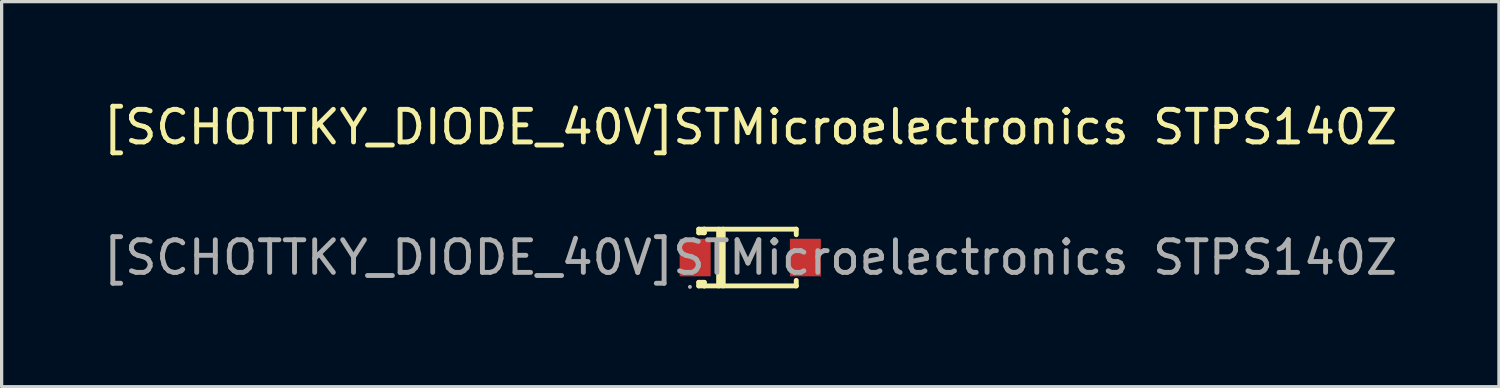
<source format=kicad_pcb>
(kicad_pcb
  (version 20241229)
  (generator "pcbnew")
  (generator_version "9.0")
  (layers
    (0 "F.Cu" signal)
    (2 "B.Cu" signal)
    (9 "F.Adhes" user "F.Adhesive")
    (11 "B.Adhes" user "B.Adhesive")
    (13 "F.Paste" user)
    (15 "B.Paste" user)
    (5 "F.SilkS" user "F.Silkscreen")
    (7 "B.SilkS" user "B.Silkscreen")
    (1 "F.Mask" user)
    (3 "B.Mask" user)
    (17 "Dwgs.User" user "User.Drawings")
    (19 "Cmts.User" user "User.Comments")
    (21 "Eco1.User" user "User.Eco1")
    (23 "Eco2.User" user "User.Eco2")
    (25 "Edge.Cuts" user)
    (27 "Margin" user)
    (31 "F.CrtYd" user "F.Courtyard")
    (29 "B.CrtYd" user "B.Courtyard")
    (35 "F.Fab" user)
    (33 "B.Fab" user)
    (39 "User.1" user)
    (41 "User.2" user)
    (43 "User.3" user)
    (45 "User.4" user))
  (footprint "[SCHOTTKY_DIODE_40V]STMicroelectronics STPS140Z"
    (layer "F.Cu")
    (at 19.958 4.848)
    (property "Reference" "[SCHOTTKY_DIODE_40V]STMicroelectronics STPS140Z" (at 0 -4 0) (layer "F.SilkS") (effects (font (size 1 1) (thickness 0.15))))
    (attr smd)
    (fp_line (start -1.58 -0.87) (end -1.41 -0.87) (stroke (width 0.15) (type solid)) (layer "F.SilkS"))
    (fp_line (start -1.58 -0.76) (end -1.58 -0.87) (stroke (width 0.15) (type solid)) (layer "F.SilkS"))
    (fp_line (start -1.58 -0.76) (end -1.41 -0.76) (stroke (width 0.15) (type solid)) (layer "F.SilkS"))
    (fp_line (start -1.58 0.76) (end -1.41 0.76) (stroke (width 0.15) (type solid)) (layer "F.SilkS"))
    (fp_line (start -1.58 0.87) (end -1.58 0.76) (stroke (width 0.15) (type solid)) (layer "F.SilkS"))
    (fp_line (start -1.41 -0.87) (end -1.41 -0.76) (stroke (width 0.15) (type solid)) (layer "F.SilkS"))
    (fp_line (start -1.41 -0.87) (end 1.41 -0.87) (stroke (width 0.15) (type solid)) (layer "F.SilkS"))
    (fp_line (start -1.41 0.76) (end -1.41 0.87) (stroke (width 0.15) (type solid)) (layer "F.SilkS"))
    (fp_line (start -1.41 0.87) (end -1.58 0.87) (stroke (width 0.15) (type solid)) (layer "F.SilkS"))
    (fp_line (start -1.41 0.87) (end 1.41 0.87) (stroke (width 0.15) (type solid)) (layer "F.SilkS"))
    (fp_line (start -0.97 -0.87) (end -0.97 0.87) (stroke (width 0.15) (type solid)) (layer "F.SilkS"))
    (fp_line (start -0.83 -0.87) (end -0.83 0.87) (stroke (width 0.15) (type solid)) (layer "F.SilkS"))
    (fp_line (start 1.41 -0.87) (end 1.41 -0.7) (stroke (width 0.15) (type solid)) (layer "F.SilkS"))
    (fp_line (start 1.41 0.87) (end 1.41 0.7) (stroke (width 0.15) (type solid)) (layer "F.SilkS"))
    (fp_circle (center -1.85 0.9) (end -1.82 0.9) (stroke (width 0.06) (type solid)) (fill no) (layer "F.Fab"))
    (fp_text user "${REFERENCE}" (at 0 0 0) (layer "F.Fab") (effects (font (size 1 1) (thickness 0.15))))
    (pad "1" smd rect (at -1.69 0) (size 0.95 1.15) (layers "F.Cu" "F.Mask" "F.Paste"))
    (pad "2" smd rect (at 1.69 0) (size 0.95 1.15) (layers "F.Cu" "F.Mask" "F.Paste")))
  (gr_rect
    (start -3 -3)
    (end 42.917 8.808)
    (stroke (width 0.1) (type default))
    (fill no)
    (layer "Edge.Cuts")))
</source>
